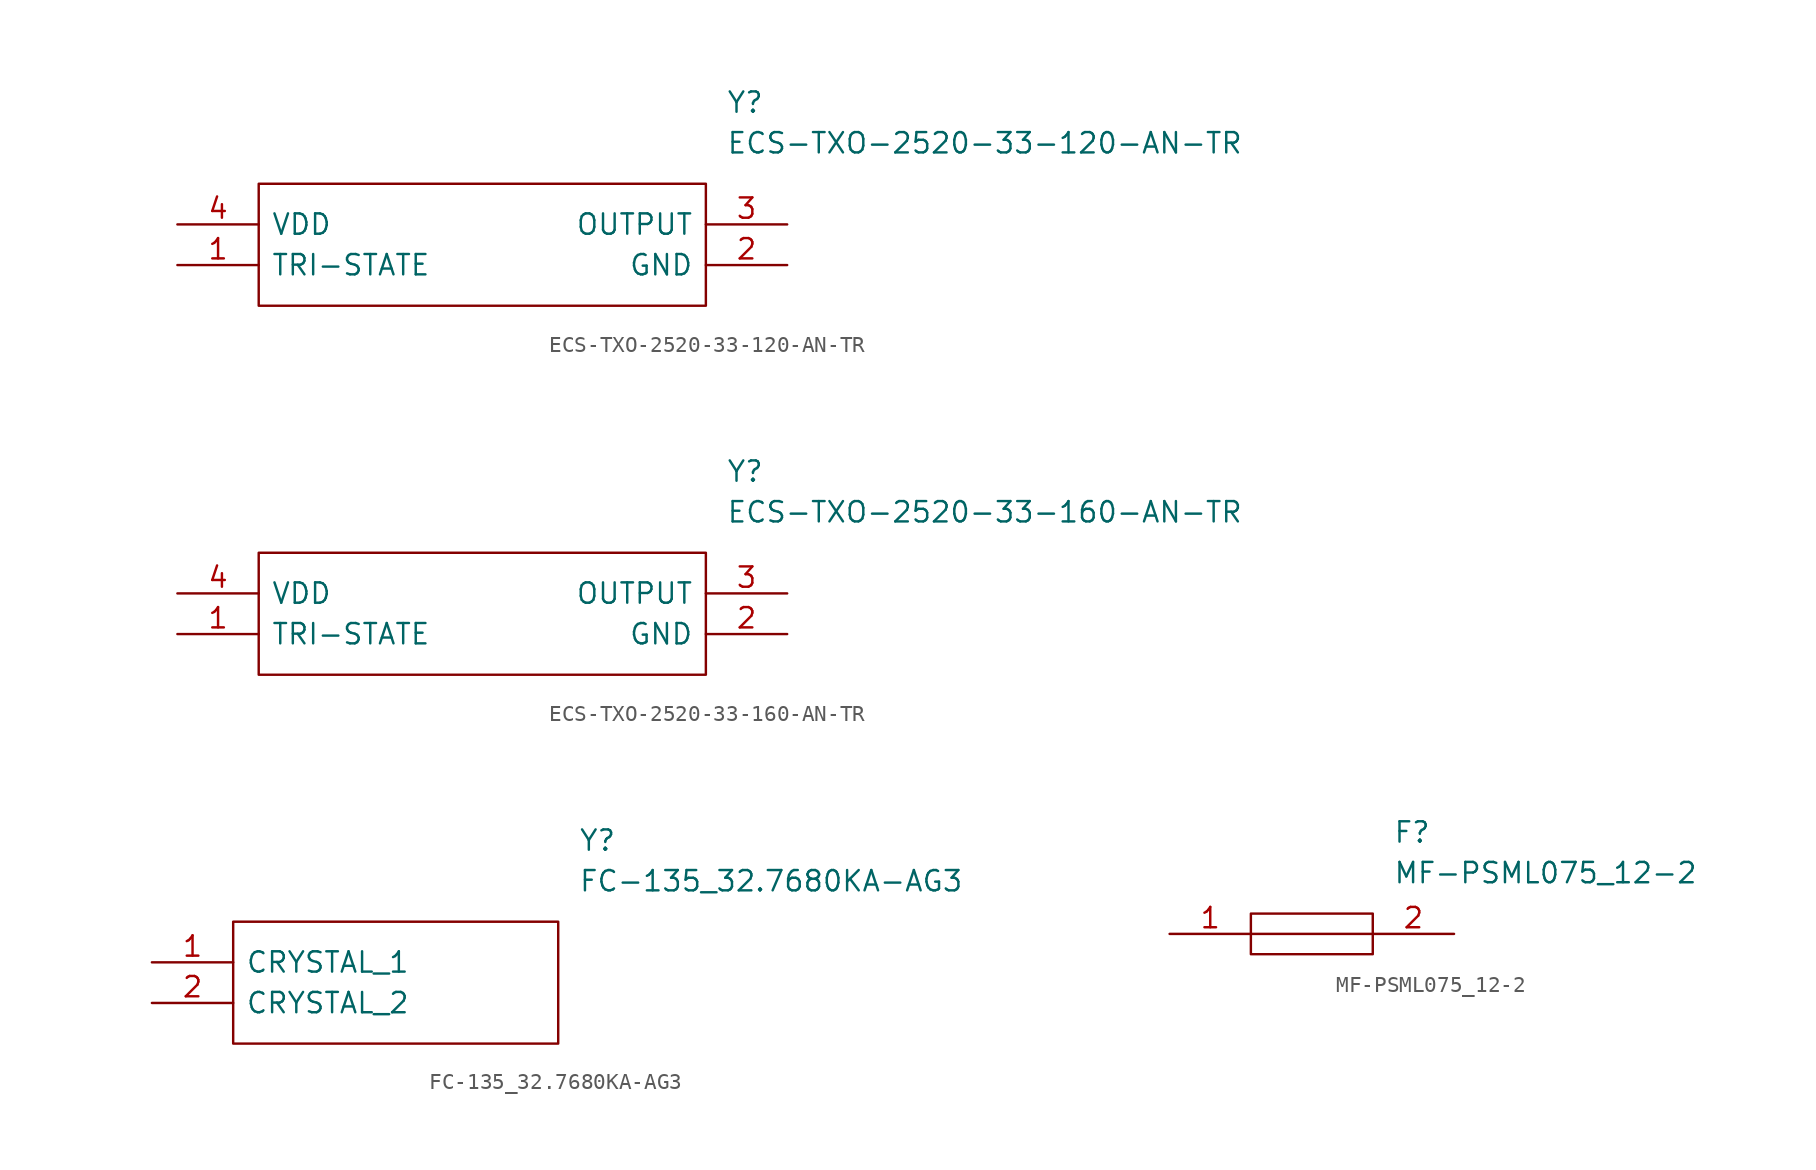
<source format=kicad_sym>
(kicad_symbol_lib
  (version 20211014)
  (generator kicad_symbol_editor)
  (symbol "ECS-TXO-2520-33-120-AN-TR"
    (pin_names
      (offset 0.762))
    (property "Reference" "Y"
      (at 34.29 7.62 0)
      (effects (font (size 1.27 1.27)) (justify left)))
    (property "Value" "ECS-TXO-2520-33-120-AN-TR"
      (at 34.29 5.08 0)
      (effects (font (size 1.27 1.27)) (justify left)))
    (symbol "ECS-TXO-2520-33-120-AN-TR_0_0"
      (pin passive line (at 0 -2.54 0) (length 5.08) (name "TRI-STATE" (effects (font (size 1.27 1.27)))) (number "1" (effects (font (size 1.27 1.27)))))
      (pin passive line (at 38.1 -2.54 180) (length 5.08) (name "GND" (effects (font (size 1.27 1.27)))) (number "2" (effects (font (size 1.27 1.27)))))
      (pin passive line (at 38.1 0 180) (length 5.08) (name "OUTPUT" (effects (font (size 1.27 1.27)))) (number "3" (effects (font (size 1.27 1.27)))))
      (pin passive line (at 0 0 0) (length 5.08) (name "VDD" (effects (font (size 1.27 1.27)))) (number "4" (effects (font (size 1.27 1.27))))))
    (symbol "ECS-TXO-2520-33-120-AN-TR_0_1"
      (polyline (pts (xy 5.08 2.54) (xy 33.02 2.54) (xy 33.02 -5.08) (xy 5.08 -5.08) (xy 5.08 2.54)) (stroke (width 0.152) (type default) (color 0 0 0 0)) (fill (type none)))))
  (symbol "ECS-TXO-2520-33-160-AN-TR"
    (pin_names
      (offset 0.762))
    (property "Reference" "Y"
      (at 34.29 7.62 0)
      (effects (font (size 1.27 1.27)) (justify left)))
    (property "Value" "ECS-TXO-2520-33-160-AN-TR"
      (at 34.29 5.08 0)
      (effects (font (size 1.27 1.27)) (justify left)))
    (symbol "ECS-TXO-2520-33-160-AN-TR_0_0"
      (pin passive line (at 0 -2.54 0) (length 5.08) (name "TRI-STATE" (effects (font (size 1.27 1.27)))) (number "1" (effects (font (size 1.27 1.27)))))
      (pin passive line (at 38.1 -2.54 180) (length 5.08) (name "GND" (effects (font (size 1.27 1.27)))) (number "2" (effects (font (size 1.27 1.27)))))
      (pin passive line (at 38.1 0 180) (length 5.08) (name "OUTPUT" (effects (font (size 1.27 1.27)))) (number "3" (effects (font (size 1.27 1.27)))))
      (pin passive line (at 0 0 0) (length 5.08) (name "VDD" (effects (font (size 1.27 1.27)))) (number "4" (effects (font (size 1.27 1.27))))))
    (symbol "ECS-TXO-2520-33-160-AN-TR_0_1"
      (polyline (pts (xy 5.08 2.54) (xy 33.02 2.54) (xy 33.02 -5.08) (xy 5.08 -5.08) (xy 5.08 2.54)) (stroke (width 0.152) (type default) (color 0 0 0 0)) (fill (type none)))))
  (symbol "FC-135_32.7680KA-AG3"
    (pin_names
      (offset 0.762))
    (property "Reference" "Y"
      (at 26.67 7.62 0)
      (effects (font (size 1.27 1.27)) (justify left)))
    (property "Value" "FC-135_32.7680KA-AG3"
      (at 26.67 5.08 0)
      (effects (font (size 1.27 1.27)) (justify left)))
    (symbol "FC-135_32.7680KA-AG3_0_0"
      (pin passive line (at 0 0 0) (length 5.08) (name "CRYSTAL_1" (effects (font (size 1.27 1.27)))) (number "1" (effects (font (size 1.27 1.27)))))
      (pin passive line (at 0 -2.54 0) (length 5.08) (name "CRYSTAL_2" (effects (font (size 1.27 1.27)))) (number "2" (effects (font (size 1.27 1.27))))))
    (symbol "FC-135_32.7680KA-AG3_0_1"
      (polyline (pts (xy 5.08 2.54) (xy 25.4 2.54) (xy 25.4 -5.08) (xy 5.08 -5.08) (xy 5.08 2.54)) (stroke (width 0.152) (type default) (color 0 0 0 0)) (fill (type none)))))
  (symbol "MF-PSML075_12-2"
    (pin_names
      (offset 0.762))
    (property "Reference" "F"
      (at 13.97 6.35 0)
      (effects (font (size 1.27 1.27)) (justify left)))
    (property "Value" "MF-PSML075_12-2"
      (at 13.97 3.81 0)
      (effects (font (size 1.27 1.27)) (justify left)))
    (symbol "MF-PSML075_12-2_0_0"
      (pin passive line (at 0 0 0) (length 5.08) (name "~" (effects (font (size 1.27 1.27)))) (number "1" (effects (font (size 1.27 1.27)))))
      (pin passive line (at 17.78 0 180) (length 5.08) (name "~" (effects (font (size 1.27 1.27)))) (number "2" (effects (font (size 1.27 1.27))))))
    (symbol "MF-PSML075_12-2_0_1"
      (polyline (pts (xy 5.08 0) (xy 12.7 0)) (stroke (width 0.152) (type default) (color 0 0 0 0)) (fill (type none)))
      (polyline (pts (xy 5.08 1.27) (xy 12.7 1.27) (xy 12.7 -1.27) (xy 5.08 -1.27) (xy 5.08 1.27)) (stroke (width 0.152) (type default) (color 0 0 0 0)) (fill (type none))))))
</source>
